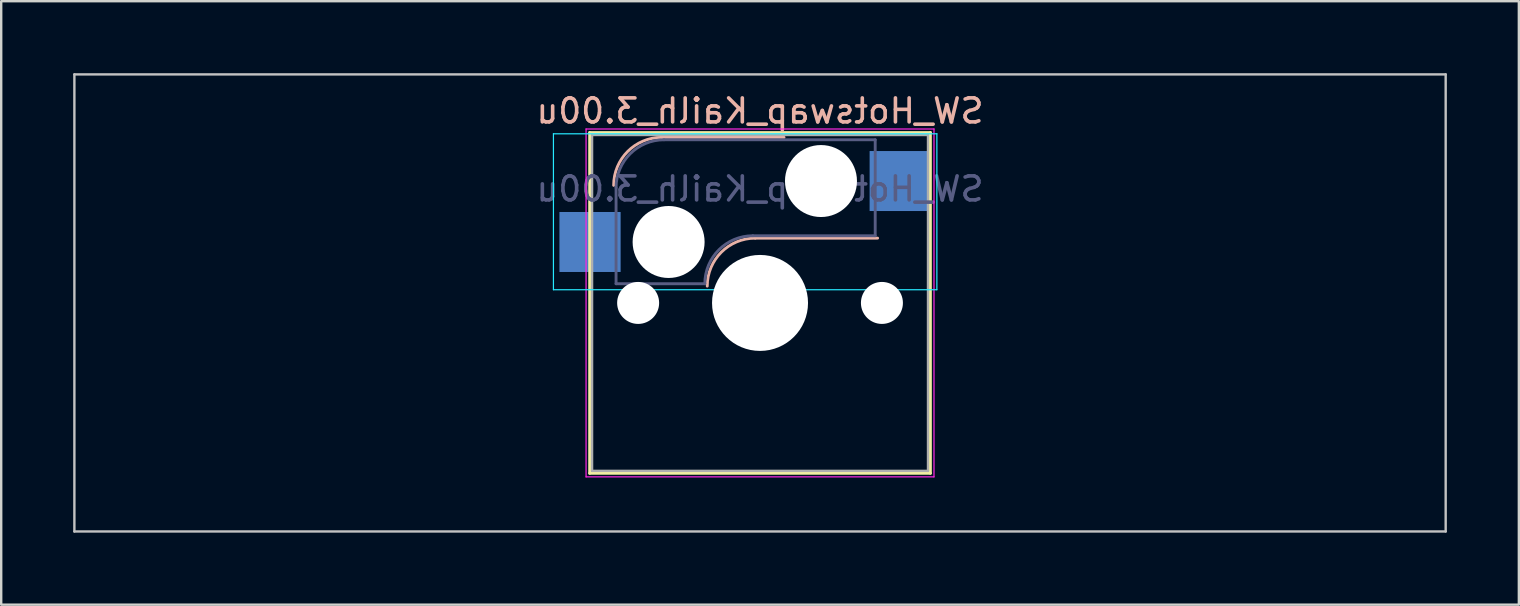
<source format=kicad_pcb>
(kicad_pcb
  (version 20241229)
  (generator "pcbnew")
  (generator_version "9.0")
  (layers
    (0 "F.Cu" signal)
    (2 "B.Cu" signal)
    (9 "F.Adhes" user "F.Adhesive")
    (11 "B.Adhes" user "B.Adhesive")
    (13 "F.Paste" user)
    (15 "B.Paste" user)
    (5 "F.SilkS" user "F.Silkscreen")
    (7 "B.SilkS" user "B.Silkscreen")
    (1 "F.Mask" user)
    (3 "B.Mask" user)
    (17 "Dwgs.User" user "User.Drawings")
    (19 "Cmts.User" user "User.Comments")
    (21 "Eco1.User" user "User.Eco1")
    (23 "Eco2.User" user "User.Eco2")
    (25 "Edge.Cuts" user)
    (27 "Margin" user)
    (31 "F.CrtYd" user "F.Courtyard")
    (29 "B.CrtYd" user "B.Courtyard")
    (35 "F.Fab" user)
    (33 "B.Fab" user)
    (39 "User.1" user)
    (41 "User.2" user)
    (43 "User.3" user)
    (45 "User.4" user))
  (footprint "SW_Hotswap_Kailh_3.00u"
    (layer "F.Cu")
    (at 28.625 9.575)
    (property "Reference" "SW_Hotswap_Kailh_3.00u" (at 0 -8 0) (layer "B.SilkS") (effects (font (size 1 1) (thickness 0.15)) (justify mirror)))
    (attr smd)
    (fp_line (start -7.1 -7.1) (end -7.1 7.1) (stroke (width 0.12) (type solid)) (layer "F.SilkS"))
    (fp_line (start -7.1 7.1) (end 7.1 7.1) (stroke (width 0.12) (type solid)) (layer "F.SilkS"))
    (fp_line (start 7.1 -7.1) (end -7.1 -7.1) (stroke (width 0.12) (type solid)) (layer "F.SilkS"))
    (fp_line (start 7.1 7.1) (end 7.1 -7.1) (stroke (width 0.12) (type solid)) (layer "F.SilkS"))
    (fp_line (start -4.1 -6.9) (end 1 -6.9) (stroke (width 0.12) (type solid)) (layer "B.SilkS"))
    (fp_line (start -0.2 -2.7) (end 4.9 -2.7) (stroke (width 0.12) (type solid)) (layer "B.SilkS"))
    (fp_arc (start -6.1 -4.9) (mid -5.514214 -6.314214) (end -4.1 -6.9) (stroke (width 0.12) (type solid)) (layer "B.SilkS"))
    (fp_arc (start -2.2 -0.7) (mid -1.614214 -2.114214) (end -0.2 -2.7) (stroke (width 0.12) (type solid)) (layer "B.SilkS"))
    (fp_line (start -28.575 -9.525) (end -28.575 9.525) (stroke (width 0.1) (type solid)) (layer "Dwgs.User"))
    (fp_line (start -28.575 9.525) (end 28.575 9.525) (stroke (width 0.1) (type solid)) (layer "Dwgs.User"))
    (fp_line (start 28.575 -9.525) (end -28.575 -9.525) (stroke (width 0.1) (type solid)) (layer "Dwgs.User"))
    (fp_line (start 28.575 9.525) (end 28.575 -9.525) (stroke (width 0.1) (type solid)) (layer "Dwgs.User"))
    (fp_line (start -8.61 -7.05) (end -8.61 -0.55) (stroke (width 0.05) (type solid)) (layer "B.CrtYd"))
    (fp_line (start -8.61 -0.55) (end 7.37 -0.55) (stroke (width 0.05) (type solid)) (layer "B.CrtYd"))
    (fp_line (start 7.37 -7.05) (end -8.61 -7.05) (stroke (width 0.05) (type solid)) (layer "B.CrtYd"))
    (fp_line (start 7.37 -0.55) (end 7.37 -7.05) (stroke (width 0.05) (type solid)) (layer "B.CrtYd"))
    (fp_line (start -7.25 -7.25) (end -7.25 7.25) (stroke (width 0.05) (type solid)) (layer "F.CrtYd"))
    (fp_line (start -7.25 7.25) (end 7.25 7.25) (stroke (width 0.05) (type solid)) (layer "F.CrtYd"))
    (fp_line (start 7.25 -7.25) (end -7.25 -7.25) (stroke (width 0.05) (type solid)) (layer "F.CrtYd"))
    (fp_line (start 7.25 7.25) (end 7.25 -7.25) (stroke (width 0.05) (type solid)) (layer "F.CrtYd"))
    (fp_line (start -6 -0.8) (end -6 -4.8) (stroke (width 0.12) (type solid)) (layer "B.Fab"))
    (fp_line (start -6 -0.8) (end -2.3 -0.8) (stroke (width 0.12) (type solid)) (layer "B.Fab"))
    (fp_line (start -4 -6.8) (end 4.8 -6.8) (stroke (width 0.12) (type solid)) (layer "B.Fab"))
    (fp_line (start -0.3 -2.8) (end 4.8 -2.8) (stroke (width 0.12) (type solid)) (layer "B.Fab"))
    (fp_line (start 4.8 -6.8) (end 4.8 -2.8) (stroke (width 0.12) (type solid)) (layer "B.Fab"))
    (fp_arc (start -6 -4.8) (mid -5.414214 -6.214214) (end -4 -6.8) (stroke (width 0.12) (type solid)) (layer "B.Fab"))
    (fp_arc (start -2.3 -0.8) (mid -1.714214 -2.214214) (end -0.3 -2.8) (stroke (width 0.12) (type solid)) (layer "B.Fab"))
    (fp_line (start -7 -7) (end -7 7) (stroke (width 0.1) (type solid)) (layer "F.Fab"))
    (fp_line (start -7 7) (end 7 7) (stroke (width 0.1) (type solid)) (layer "F.Fab"))
    (fp_line (start 7 -7) (end -7 -7) (stroke (width 0.1) (type solid)) (layer "F.Fab"))
    (fp_line (start 7 7) (end 7 -7) (stroke (width 0.1) (type solid)) (layer "F.Fab"))
    (fp_text user "${REFERENCE}" (at 0 -4.75 0) (layer "B.Fab") (effects (font (size 1 1) (thickness 0.15)) (justify mirror)))
    (pad "" np_thru_hole circle (at -5.08 0) (size 1.75 1.75) (drill 1.75) (layers "*.Cu" "*.Mask"))
    (pad "" np_thru_hole circle (at -3.81 -2.54) (size 3 3) (drill 3) (layers "*.Cu" "*.Mask"))
    (pad "" np_thru_hole circle (at 0 0) (size 4 4) (drill 4) (layers "*.Cu" "*.Mask"))
    (pad "" np_thru_hole circle (at 2.54 -5.08) (size 3 3) (drill 3) (layers "*.Cu" "*.Mask"))
    (pad "" np_thru_hole circle (at 5.08 0) (size 1.75 1.75) (drill 1.75) (layers "*.Cu" "*.Mask"))
    (pad "1" smd rect (at -7.085 -2.54) (size 2.55 2.5) (layers "B.Cu" "B.Mask" "B.Paste"))
    (pad "2" smd rect (at 5.842 -5.08) (size 2.55 2.5) (layers "B.Cu" "B.Mask" "B.Paste")))
  (gr_rect
    (start -3 -3)
    (end 60.25 22.15)
    (stroke (width 0.1) (type default))
    (fill no)
    (layer "Edge.Cuts")))
</source>
